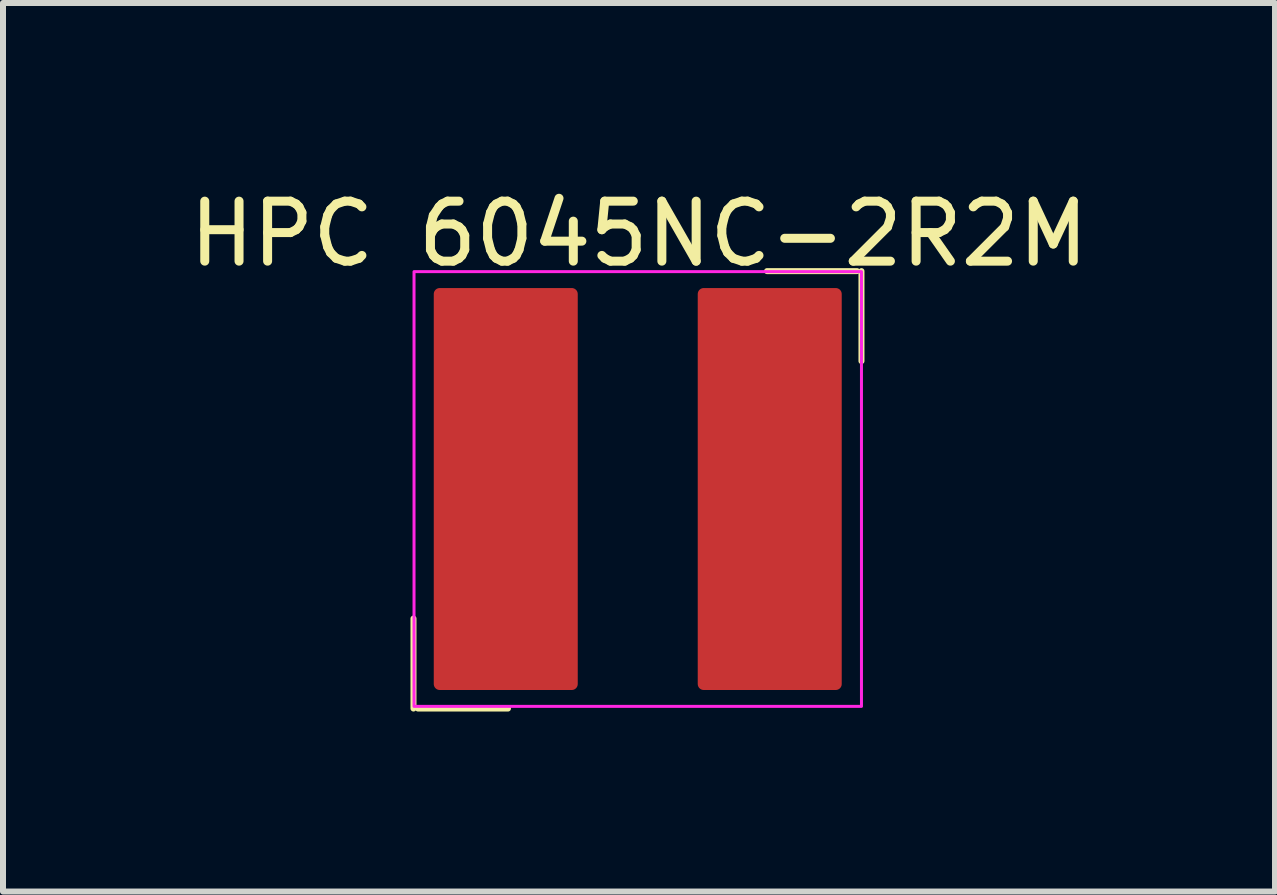
<source format=kicad_pcb>
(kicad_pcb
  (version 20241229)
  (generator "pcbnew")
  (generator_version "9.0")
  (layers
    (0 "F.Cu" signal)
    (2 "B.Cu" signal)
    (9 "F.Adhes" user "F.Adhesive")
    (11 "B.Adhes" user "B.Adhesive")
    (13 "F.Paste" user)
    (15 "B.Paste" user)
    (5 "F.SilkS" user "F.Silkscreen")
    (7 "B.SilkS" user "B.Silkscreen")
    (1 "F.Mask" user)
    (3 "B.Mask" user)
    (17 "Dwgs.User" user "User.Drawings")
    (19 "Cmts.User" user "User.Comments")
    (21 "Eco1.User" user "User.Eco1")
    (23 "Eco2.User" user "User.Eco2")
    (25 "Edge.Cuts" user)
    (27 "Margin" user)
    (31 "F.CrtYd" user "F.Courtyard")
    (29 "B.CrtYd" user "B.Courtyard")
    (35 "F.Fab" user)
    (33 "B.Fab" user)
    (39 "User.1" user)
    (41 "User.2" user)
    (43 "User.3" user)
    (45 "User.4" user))
  (footprint "HPC 6045NC-2R2M"
    (layer "F.Cu")
    (at 7.601 5.228)
    (property "Reference" "HPC 6045NC-2R2M" (at 0 -4.38 0) (layer "F.SilkS") (effects (font (size 1 1) (thickness 0.15))))
    (attr smd)
    (fp_rect (start -3.321 -3.377) (end -1.121 3.123) (stroke (width 0.2) (type solid)) (fill yes) (layer "F.Cu"))
    (fp_rect (start 1.079 -3.377) (end 3.279 3.123) (stroke (width 0.2) (type solid)) (fill yes) (layer "F.Cu"))
    (fp_line (start -3.759 3.532) (end -3.759 2.032) (stroke (width 0.1) (type default)) (layer "F.SilkS"))
    (fp_line (start -2.184 3.532) (end -3.684 3.532) (stroke (width 0.1) (type default)) (layer "F.SilkS"))
    (fp_line (start 2.134 -3.759) (end 3.634 -3.759) (stroke (width 0.1) (type default)) (layer "F.SilkS"))
    (fp_line (start 3.708 -3.759) (end 3.708 -2.259) (stroke (width 0.1) (type default)) (layer "F.SilkS"))
    (fp_rect (start -3.353 -3.401) (end -1.118 3.15) (stroke (width 0.2) (type solid)) (fill yes) (layer "F.Paste"))
    (fp_rect (start 1.067 -3.401) (end 3.302 3.15) (stroke (width 0.2) (type solid)) (fill yes) (layer "F.Paste"))
    (fp_rect (start -3.75 -3.75) (end 3.708 3.496) (stroke (width 0.05) (type default)) (fill no) (layer "F.CrtYd")))
  (gr_rect
    (start -3 -3)
    (end 18.202 11.81)
    (stroke (width 0.1) (type default))
    (fill no)
    (layer "Edge.Cuts")))
</source>
